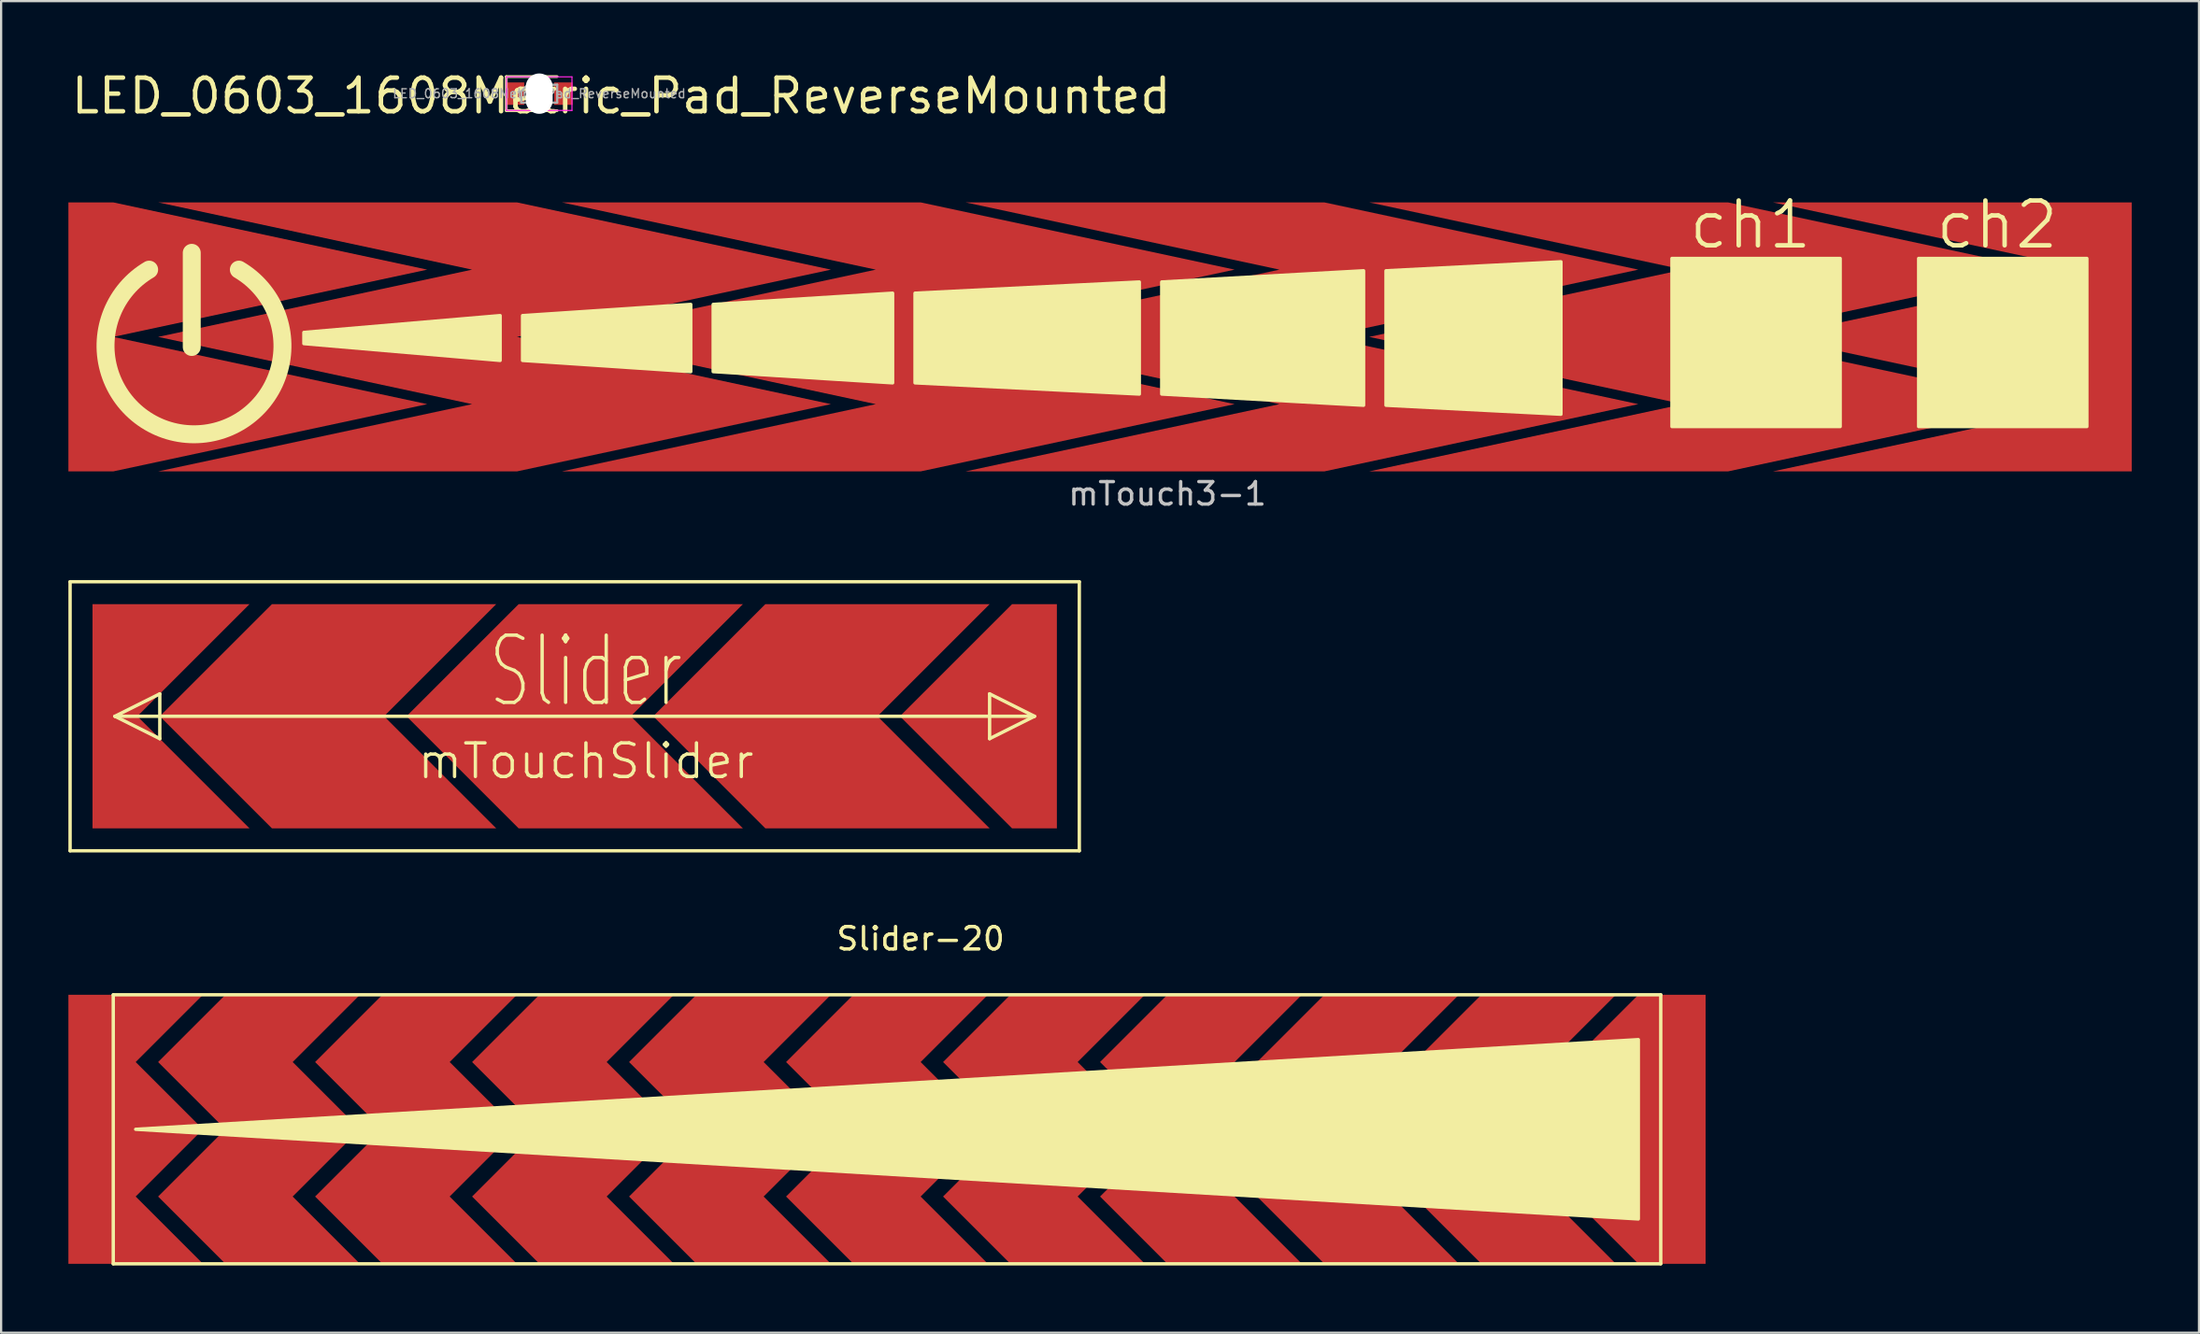
<source format=kicad_pcb>
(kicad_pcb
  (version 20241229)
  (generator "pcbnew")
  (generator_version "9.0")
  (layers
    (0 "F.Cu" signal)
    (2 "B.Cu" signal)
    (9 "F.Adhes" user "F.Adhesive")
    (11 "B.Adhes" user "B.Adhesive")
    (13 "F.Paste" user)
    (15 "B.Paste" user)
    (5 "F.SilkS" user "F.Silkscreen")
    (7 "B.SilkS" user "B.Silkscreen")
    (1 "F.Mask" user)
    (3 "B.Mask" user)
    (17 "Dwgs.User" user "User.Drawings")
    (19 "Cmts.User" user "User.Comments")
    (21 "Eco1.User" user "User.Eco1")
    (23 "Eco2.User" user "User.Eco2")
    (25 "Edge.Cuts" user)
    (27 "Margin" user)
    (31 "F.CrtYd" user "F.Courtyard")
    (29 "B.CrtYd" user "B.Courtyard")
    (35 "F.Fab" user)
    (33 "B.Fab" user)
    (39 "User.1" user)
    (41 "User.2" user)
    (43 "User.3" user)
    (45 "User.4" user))
  (footprint "Slider-20"
    (layer "F.Cu")
    (at 38 47.325)
    (property "Reference" "Slider-20" (at 0 -8.5 0) (layer "F.SilkS") (effects (font (size 1 1) (thickness 0.15))))
    (attr through_hole)
    (fp_line (start -36 -6) (end 33 -6) (stroke (width 0.15) (type solid)) (layer "F.SilkS"))
    (fp_line (start -36 6) (end -36 -6) (stroke (width 0.15) (type solid)) (layer "F.SilkS"))
    (fp_line (start 33 -6) (end 33 6) (stroke (width 0.15) (type solid)) (layer "F.SilkS"))
    (fp_line (start 33 6) (end -36 6) (stroke (width 0.15) (type solid)) (layer "F.SilkS"))
    (fp_poly (pts (xy 32 -4) (xy 32 4) (xy -35 0)) (stroke (width 0.15) (type solid)) (fill yes) (layer "F.SilkS"))
    (pad "1" smd custom (at -36 0) (size 1.524 1.524) (layers "F.Cu") (options (anchor circle)) (primitives (gr_poly (pts (xy 4 6) (xy -2 6) (xy -2 -6) (xy 4 -6) (xy 1 -3) (xy 4 0) (xy 1 3)) (width 0) (fill yes))))
    (pad "1" smd custom (at 33 0) (size 1.524 1.524) (layers "F.Cu") (options (anchor circle)) (primitives (gr_poly (pts (xy 2 6) (xy -1 6) (xy -4 3) (xy -1 0) (xy -4 -3) (xy -1 -6) (xy 2 -6)) (width 0) (fill yes))))
    (pad "2" smd custom (at -29 0) (size 1.524 1.524) (layers "F.Cu") (options (anchor circle)) (primitives (gr_poly (pts (xy 4 6) (xy -2 6) (xy -5 3) (xy -2 0) (xy -5 -3) (xy -2 -6) (xy 4 -6) (xy 1 -3) (xy 4 0) (xy 1 3)) (width 0) (fill yes))))
    (pad "3" smd custom (at -22 0) (size 1.524 1.524) (layers "F.Cu") (options (anchor circle)) (primitives (gr_poly (pts (xy 4 6) (xy -2 6) (xy -5 3) (xy -2 0) (xy -5 -3) (xy -2 -6) (xy 4 -6) (xy 1 -3) (xy 4 0) (xy 1 3)) (width 0) (fill yes))))
    (pad "4" smd custom (at -15 0) (size 1.524 1.524) (layers "F.Cu") (options (anchor circle)) (primitives (gr_poly (pts (xy 4 6) (xy -2 6) (xy -5 3) (xy -2 0) (xy -5 -3) (xy -2 -6) (xy 4 -6) (xy 1 -3) (xy 4 0) (xy 1 3)) (width 0) (fill yes))))
    (pad "5" smd custom (at -8 0) (size 1.524 1.524) (layers "F.Cu") (options (anchor circle)) (primitives (gr_poly (pts (xy 4 6) (xy -2 6) (xy -5 3) (xy -2 0) (xy -5 -3) (xy -2 -6) (xy 4 -6) (xy 1 -3) (xy 4 0) (xy 1 3)) (width 0) (fill yes))))
    (pad "6" smd custom (at -1 0) (size 1.524 1.524) (layers "F.Cu") (options (anchor circle)) (primitives (gr_poly (pts (xy 4 6) (xy -2 6) (xy -5 3) (xy -2 0) (xy -5 -3) (xy -2 -6) (xy 4 -6) (xy 1 -3) (xy 4 0) (xy 1 3)) (width 0) (fill yes))))
    (pad "7" smd custom (at 6 0) (size 1.524 1.524) (layers "F.Cu") (options (anchor circle)) (primitives (gr_poly (pts (xy 4 6) (xy -2 6) (xy -5 3) (xy -2 0) (xy -5 -3) (xy -2 -6) (xy 4 -6) (xy 1 -3) (xy 4 0) (xy 1 3)) (width 0) (fill yes))))
    (pad "8" smd custom (at 13 0) (size 1.524 1.524) (layers "F.Cu") (options (anchor circle)) (primitives (gr_poly (pts (xy 4 6) (xy -2 6) (xy -5 3) (xy -2 0) (xy -5 -3) (xy -2 -6) (xy 4 -6) (xy 1 -3) (xy 4 0) (xy 1 3)) (width 0) (fill yes))))
    (pad "9" smd custom (at 20 0) (size 1.524 1.524) (layers "F.Cu") (options (anchor circle)) (primitives (gr_poly (pts (xy 4 6) (xy -2 6) (xy -5 3) (xy -2 0) (xy -5 -3) (xy -2 -6) (xy 4 -6) (xy 1 -3) (xy 4 0) (xy 1 3)) (width 0) (fill yes))))
    (pad "10" smd custom (at 27 0) (size 1.524 1.524) (layers "F.Cu") (options (anchor circle)) (primitives (gr_poly (pts (xy 4 6) (xy -2 6) (xy -5 3) (xy -2 0) (xy -5 -3) (xy -2 -6) (xy 4 -6) (xy 1 -3) (xy 4 0) (xy 1 3)) (width 0) (fill yes)))))
  (footprint "mTouchSlider"
    (layer "F.Cu")
    (at 22.075 28.901)
    (property "Reference" "mTouchSlider" (at 1 2 0) (layer "F.SilkS") (effects (font (size 1.5 1.5) (thickness 0.15))))
    (attr through_hole)
    (fp_line (start -22 -6) (end 23 -6) (stroke (width 0.15) (type solid)) (layer "F.SilkS"))
    (fp_line (start -22 6) (end -22 -6) (stroke (width 0.15) (type solid)) (layer "F.SilkS"))
    (fp_line (start -20 0) (end -18 -1) (stroke (width 0.15) (type solid)) (layer "F.SilkS"))
    (fp_line (start -20 0) (end 21 0) (stroke (width 0.15) (type solid)) (layer "F.SilkS"))
    (fp_line (start -18 -1) (end -18 1) (stroke (width 0.15) (type solid)) (layer "F.SilkS"))
    (fp_line (start -18 1) (end -20 0) (stroke (width 0.15) (type solid)) (layer "F.SilkS"))
    (fp_line (start 19 -1) (end 19 1) (stroke (width 0.15) (type solid)) (layer "F.SilkS"))
    (fp_line (start 19 1) (end 21 0) (stroke (width 0.15) (type solid)) (layer "F.SilkS"))
    (fp_line (start 21 0) (end 19 -1) (stroke (width 0.15) (type solid)) (layer "F.SilkS"))
    (fp_line (start 23 -6) (end 23 6) (stroke (width 0.15) (type solid)) (layer "F.SilkS"))
    (fp_line (start 23 6) (end -22 6) (stroke (width 0.15) (type solid)) (layer "F.SilkS"))
    (fp_text user "Slider" (at 1 -2 0) (layer "F.SilkS") (effects (font (size 3 2) (thickness 0.15))))
    (pad "1" smd custom (at -20 0 90) (size 1.524 1.524) (layers "F.Cu" "F.Paste") (options (anchor rect)) (primitives (gr_poly (pts (xy 5 6) (xy 0 1) (xy -5 6) (xy -5 -1) (xy 5 -1)) (width 0) (fill yes))))
    (pad "1" smd custom (at 17 0 90) (size 1.524 1.524) (layers "F.Cu" "F.Paste") (options (anchor rect)) (primitives (gr_poly (pts (xy -5 5) (xy 5 5) (xy 5 3) (xy 0 -2) (xy -5 3)) (width 0) (fill yes))))
    (pad "2" smd custom (at 9 0 90) (size 1.524 1.524) (layers "F.Cu" "F.Paste") (options (anchor rect)) (primitives (gr_poly (pts (xy 5 10) (xy 0 5) (xy -5 10) (xy -5 0) (xy 0 -5) (xy 5 0)) (width 0) (fill yes)) (gr_poly (pts (xy 5 10) (xy 0 5) (xy -5 10) (xy -5 0) (xy 0 -5) (xy 5 0)) (width 0) (fill yes))))
    (pad "3" smd custom (at -2 0 90) (size 1.524 1.524) (layers "F.Cu" "F.Paste") (options (anchor rect)) (primitives (gr_poly (pts (xy 5 10) (xy 0 5) (xy -5 10) (xy -5 0) (xy 0 -5) (xy 5 0)) (width 0) (fill yes)) (gr_poly (pts (xy 5 10) (xy 0 5) (xy -5 10) (xy -5 0) (xy 0 -5) (xy 5 0)) (width 0) (fill yes))))
    (pad "4" smd custom (at -13 0 90) (size 1.524 1.524) (layers "F.Cu" "F.Paste") (options (anchor rect)) (primitives (gr_poly (pts (xy 5 10) (xy 0 5) (xy -5 10) (xy -5 0) (xy 0 -5) (xy 5 0)) (width 0) (fill yes)) (gr_poly (pts (xy 5 10) (xy 0 5) (xy -5 10) (xy -5 0) (xy 0 -5) (xy 5 0)) (width 0) (fill yes)))))
  (footprint "mTouch3-1"
    (layer "F.Cu")
    (at 45 12.478)
    (property "Reference" "mTouch3-1" (at 4 6.5 0) (layer "Dwgs.User") (effects (font (size 1 1) (thickness 0.15))))
    (attr through_hole)
    (fp_line (start -39.5 -4.25) (end -39.5 -0.05) (stroke (width 0.8) (type solid)) (layer "F.SilkS"))
    (fp_arc (start -37.4 -3.5) (mid -39.4 3.844617) (end -41.4 -3.5) (stroke (width 0.8) (type solid)) (layer "F.SilkS"))
    (fp_poly (pts (xy -34.5 -0.7) (xy -34.5 -0.2) (xy -25.75 0.55) (xy -25.75 -1.45)) (stroke (width 0.15) (type solid)) (fill yes) (layer "F.SilkS"))
    (fp_poly (pts (xy -17.25 -1.95) (xy -17.25 1.05) (xy -24.75 0.55) (xy -24.75 -1.45)) (stroke (width 0.15) (type solid)) (fill yes) (layer "F.SilkS"))
    (fp_poly (pts (xy -16.25 -1.95) (xy -16.25 1.05) (xy -8.25 1.55) (xy -8.25 -2.45)) (stroke (width 0.15) (type solid)) (fill yes) (layer "F.SilkS"))
    (fp_poly (pts (xy -7.25 -2.45) (xy -7.25 1.55) (xy 2.75 2.05) (xy 2.75 -2.95)) (stroke (width 0.15) (type solid)) (fill yes) (layer "F.SilkS"))
    (fp_poly (pts (xy 3.75 -2.95) (xy 3.75 2.05) (xy 12.75 2.55) (xy 12.75 -3.45)) (stroke (width 0.15) (type solid)) (fill yes) (layer "F.SilkS"))
    (fp_poly (pts (xy 13.75 -3.45) (xy 13.75 2.55) (xy 21.55 2.95) (xy 21.55 -3.85)) (stroke (width 0.15) (type solid)) (fill yes) (layer "F.SilkS"))
    (fp_poly (pts (xy 26.5 -4) (xy 26.5 3.5) (xy 34 3.5) (xy 34 -4)) (stroke (width 0.15) (type solid)) (fill yes) (layer "F.SilkS"))
    (fp_poly (pts (xy 37.5 -4) (xy 37.5 3.5) (xy 45 3.5) (xy 45 -4)) (stroke (width 0.15) (type solid)) (fill yes) (layer "F.SilkS"))
    (fp_text user "ch2" (at 41 -5.5 0) (layer "F.SilkS") (effects (font (size 2 2) (thickness 0.2))))
    (fp_text user "ch1" (at 30 -5.5 0) (layer "F.SilkS") (effects (font (size 2 2) (thickness 0.2))))
    (pad "1" smd custom (at -44 -0.5) (size 1.524 1.524) (layers "F.Cu") (options (anchor circle)) (primitives (gr_poly (pts (xy -1 6) (xy -1 -6) (xy 1 -6) (xy 15 -3) (xy 1 0) (xy 15 3) (xy 1 6)) (width 0) (fill yes))))
    (pad "1" smd custom (at 46 -0.5) (size 1.524 1.524) (layers "F.Cu") (options (anchor circle)) (primitives (gr_poly (pts (xy -15 -6) (xy -1 -3) (xy -15 0) (xy -1 3) (xy -15 6) (xy 1 6) (xy 1 -3) (xy 1 -6)) (width 0) (fill yes))))
    (pad "2" smd custom (at -26 -0.5) (size 1.524 1.524) (layers "F.Cu") (options (anchor circle)) (primitives (gr_poly (pts (xy -15 -6) (xy -1 -3) (xy -15 0) (xy -1 3) (xy -15 6) (xy 1 6) (xy 15 3) (xy 1 0) (xy 15 -3) (xy 1 -6)) (width 0) (fill yes))))
    (pad "3" smd custom (at -8 -0.5) (size 1.524 1.524) (layers "F.Cu") (options (anchor circle)) (primitives (gr_poly (pts (xy -15 -6) (xy -1 -3) (xy -15 0) (xy -1 3) (xy -15 6) (xy 1 6) (xy 15 3) (xy 1 0) (xy 15 -3) (xy 1 -6)) (width 0) (fill yes))))
    (pad "4" smd custom (at 10 -0.5) (size 1.524 1.524) (layers "F.Cu") (options (anchor circle)) (primitives (gr_poly (pts (xy -15 -6) (xy -1 -3) (xy -15 0) (xy -1 3) (xy -15 6) (xy 1 6) (xy 15 3) (xy 1 0) (xy 15 -3) (xy 1 -6)) (width 0) (fill yes))))
    (pad "5" smd custom (at 28 -0.5) (size 1.524 1.524) (layers "F.Cu") (options (anchor circle)) (primitives (gr_poly (pts (xy -15 -6) (xy -1 -3) (xy -15 0) (xy -1 3) (xy -15 6) (xy 1 6) (xy 15 3) (xy 1 0) (xy 15 -3) (xy 1 -6)) (width 0) (fill yes)))))
  (footprint "LED_0603_1608Metric_Pad_ReverseMounted"
    (layer "F.Cu")
    (at 20.993 1.127)
    (property "Reference" "LED_0603_1608Metric_Pad_ReverseMounted" (at 3.657 0.101 180) (layer "F.SilkS") (effects (font (size 1.5 1.5) (thickness 0.2))))
    (attr smd)
    (fp_line (start -1.47 -0.76) (end -1.47 0.76) (stroke (width 0.12) (type solid)) (layer "F.SilkS"))
    (fp_line (start -1.47 0.76) (end 0.8 0.76) (stroke (width 0.12) (type solid)) (layer "F.SilkS"))
    (fp_line (start 0.8 -0.76) (end -1.47 -0.76) (stroke (width 0.12) (type solid)) (layer "F.SilkS"))
    (fp_line (start -1.46 -0.75) (end 1.46 -0.75) (stroke (width 0.05) (type solid)) (layer "F.CrtYd"))
    (fp_line (start -1.46 0.75) (end -1.46 -0.75) (stroke (width 0.05) (type solid)) (layer "F.CrtYd"))
    (fp_line (start 1.46 -0.75) (end 1.46 0.75) (stroke (width 0.05) (type solid)) (layer "F.CrtYd"))
    (fp_line (start 1.46 0.75) (end -1.46 0.75) (stroke (width 0.05) (type solid)) (layer "F.CrtYd"))
    (fp_line (start -0.8 -0.1) (end -0.8 0.4) (stroke (width 0.1) (type solid)) (layer "F.Fab"))
    (fp_line (start -0.8 0.4) (end 0.8 0.4) (stroke (width 0.1) (type solid)) (layer "F.Fab"))
    (fp_line (start -0.5 -0.4) (end -0.8 -0.1) (stroke (width 0.1) (type solid)) (layer "F.Fab"))
    (fp_line (start 0.8 -0.4) (end -0.5 -0.4) (stroke (width 0.1) (type solid)) (layer "F.Fab"))
    (fp_line (start 0.8 0.4) (end 0.8 -0.4) (stroke (width 0.1) (type solid)) (layer "F.Fab"))
    (fp_text user "${REFERENCE}" (at 0 0 0) (layer "F.Fab") (effects (font (size 0.4 0.4) (thickness 0.06))))
    (pad "" np_thru_hole oval (at 0 0) (size 1.2 1.8) (drill oval 1.2 1.8) (layers "*.Cu" "*.Mask"))
    (pad "1" smd rect (at -1.079 0) (size 0.82 1) (layers "F.Cu" "F.Mask" "F.Paste"))
    (pad "2" smd rect (at 1.079 0) (size 0.82 1) (layers "F.Cu" "F.Mask" "F.Paste")))
  (gr_rect
    (start -3 -3)
    (end 95 56.4)
    (stroke (width 0.1) (type default))
    (fill no)
    (layer "Edge.Cuts")))
</source>
